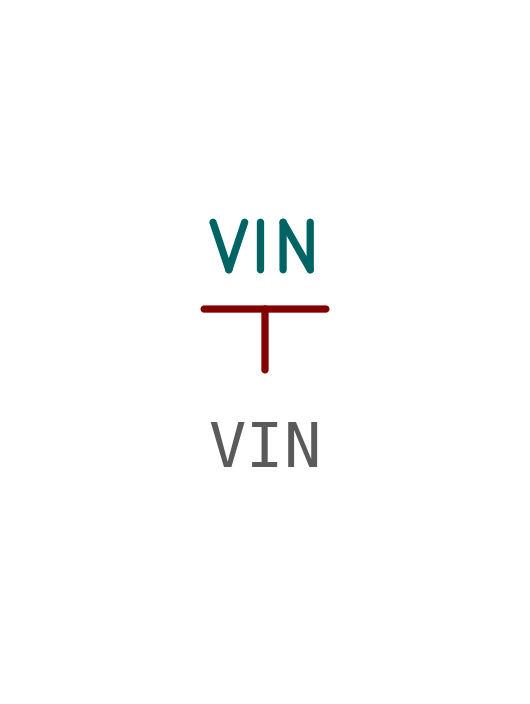
<source format=kicad_sym>
(kicad_symbol_lib
  (version 20220914)
  (generator kicad_symbol_editor)
  (symbol "VIN"
    (power)
    (pin_numbers hide)
    (pin_names
      (offset 0) hide)
    (property "Reference" "#PWR"
      (at 0 -2.54 0)
      (effects (font (size 1.524 1.524)) hide))
    (property "Value" "VIN"
      (at 0 1.27 0)
      (effects (font (size 0.991 0.991))))
    (property "Footprint" ""
      (at 0 0 0)
      (effects (font (size 1.524 1.524))))
    (property "Datasheet" ""
      (at 0 0 0)
      (effects (font (size 1.524 1.524))))
    (symbol "VIN_0_1"
      (polyline (pts (xy -1.27 0) (xy 1.27 0)) (stroke (width 0) (type default)) (fill (type none))))
    (symbol "VIN_1_1"
      (pin power_in line (at 0 -1.27 90) (length 1.27) (name "VIN" (effects (font (size 1.27 1.27)))) (number "1" (effects (font (size 1.27 1.27))))))))
</source>
